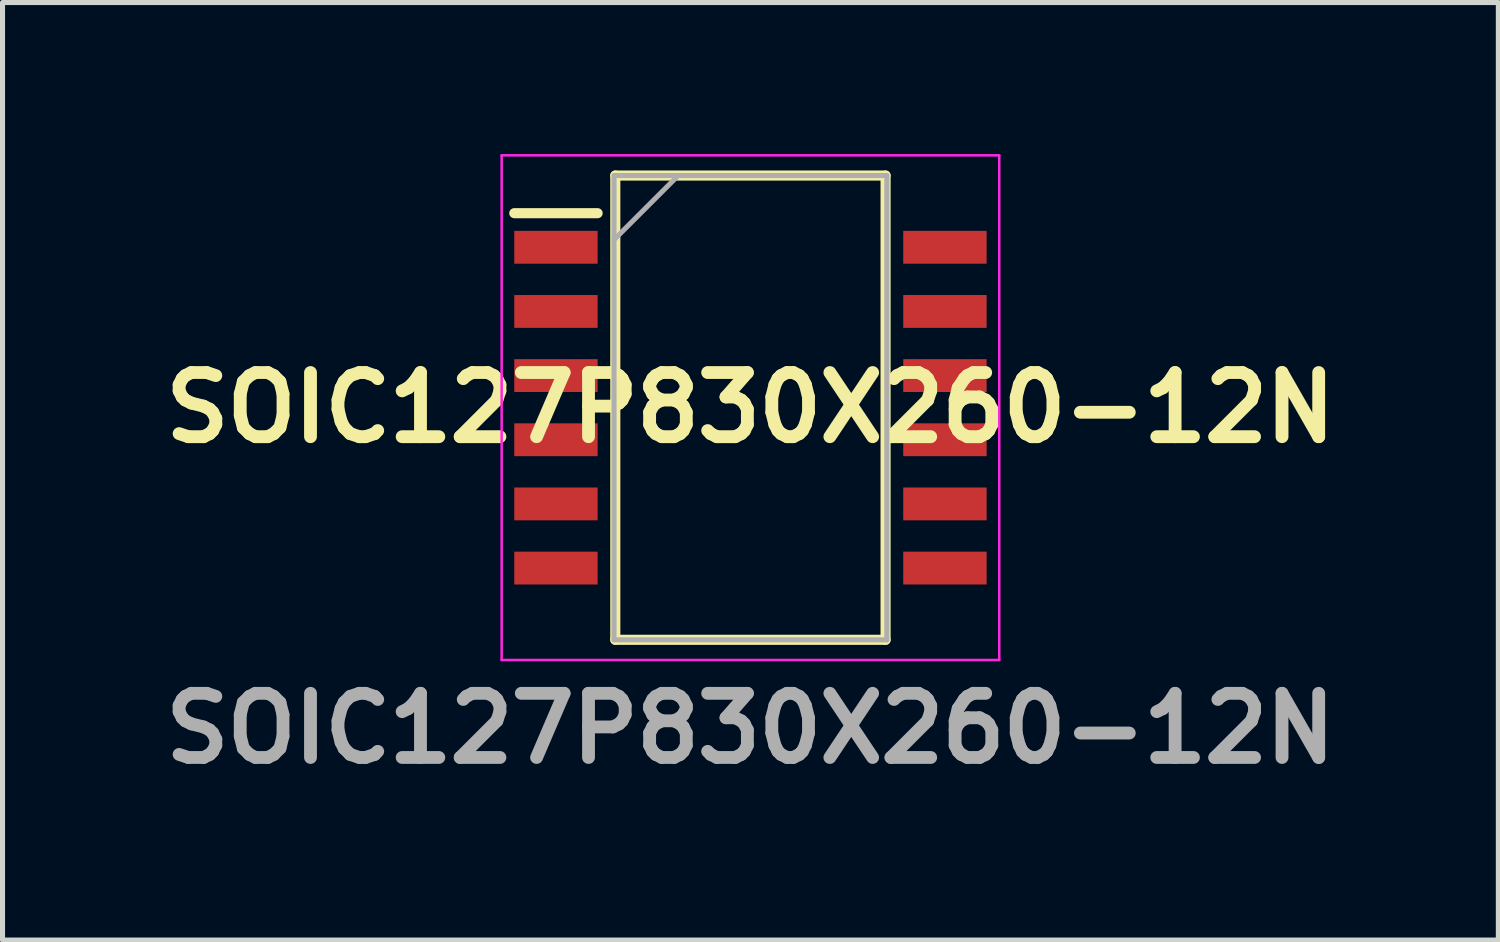
<source format=kicad_pcb>
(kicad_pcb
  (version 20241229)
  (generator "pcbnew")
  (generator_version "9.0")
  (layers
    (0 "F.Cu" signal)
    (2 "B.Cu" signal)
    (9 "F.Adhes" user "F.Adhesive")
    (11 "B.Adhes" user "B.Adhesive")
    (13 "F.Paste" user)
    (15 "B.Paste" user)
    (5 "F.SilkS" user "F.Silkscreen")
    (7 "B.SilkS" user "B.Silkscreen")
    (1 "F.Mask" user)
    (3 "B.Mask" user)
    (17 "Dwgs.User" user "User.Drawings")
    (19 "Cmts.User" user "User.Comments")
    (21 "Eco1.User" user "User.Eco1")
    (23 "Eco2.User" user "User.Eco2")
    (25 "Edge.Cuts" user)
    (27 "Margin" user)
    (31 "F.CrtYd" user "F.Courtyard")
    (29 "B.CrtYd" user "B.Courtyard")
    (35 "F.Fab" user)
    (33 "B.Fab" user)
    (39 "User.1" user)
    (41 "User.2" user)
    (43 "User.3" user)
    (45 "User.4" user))
  (footprint "SOIC127P830X260-12N"
    (layer "F.Cu")
    (at 11.805 5.02)
    (property "Reference" "SOIC127P830X260-12N" (at 0 0 0) (layer "F.SilkS") (effects (font (size 1.27 1.27) (thickness 0.254))))
    (attr smd)
    (fp_line (start -4.675 -3.85) (end -3.025 -3.85) (stroke (width 0.2) (type solid)) (layer "F.SilkS"))
    (fp_line (start -2.675 -4.595) (end 2.675 -4.595) (stroke (width 0.2) (type solid)) (layer "F.SilkS"))
    (fp_line (start -2.675 4.595) (end -2.675 -4.595) (stroke (width 0.2) (type solid)) (layer "F.SilkS"))
    (fp_line (start 2.675 -4.595) (end 2.675 4.595) (stroke (width 0.2) (type solid)) (layer "F.SilkS"))
    (fp_line (start 2.675 4.595) (end -2.675 4.595) (stroke (width 0.2) (type solid)) (layer "F.SilkS"))
    (fp_line (start -4.925 -4.995) (end 4.925 -4.995) (stroke (width 0.05) (type solid)) (layer "F.CrtYd"))
    (fp_line (start -4.925 4.995) (end -4.925 -4.995) (stroke (width 0.05) (type solid)) (layer "F.CrtYd"))
    (fp_line (start 4.925 -4.995) (end 4.925 4.995) (stroke (width 0.05) (type solid)) (layer "F.CrtYd"))
    (fp_line (start 4.925 4.995) (end -4.925 4.995) (stroke (width 0.05) (type solid)) (layer "F.CrtYd"))
    (fp_line (start -2.7 -4.595) (end 2.7 -4.595) (stroke (width 0.1) (type solid)) (layer "F.Fab"))
    (fp_line (start -2.7 -3.325) (end -1.43 -4.595) (stroke (width 0.1) (type solid)) (layer "F.Fab"))
    (fp_line (start -2.7 4.595) (end -2.7 -4.595) (stroke (width 0.1) (type solid)) (layer "F.Fab"))
    (fp_line (start 2.7 -4.595) (end 2.7 4.595) (stroke (width 0.1) (type solid)) (layer "F.Fab"))
    (fp_line (start 2.7 4.595) (end -2.7 4.595) (stroke (width 0.1) (type solid)) (layer "F.Fab"))
    (fp_text user "${REFERENCE}" (at 0 6.35 0) (layer "F.Fab") (effects (font (size 1.27 1.27) (thickness 0.254))))
    (pad "1" smd rect (at -3.85 -3.175 90) (size 0.65 1.65) (layers "F.Cu" "F.Mask" "F.Paste"))
    (pad "2" smd rect (at -3.85 -1.905 90) (size 0.65 1.65) (layers "F.Cu" "F.Mask" "F.Paste"))
    (pad "3" smd rect (at -3.85 -0.635 90) (size 0.65 1.65) (layers "F.Cu" "F.Mask" "F.Paste"))
    (pad "4" smd rect (at -3.85 0.635 90) (size 0.65 1.65) (layers "F.Cu" "F.Mask" "F.Paste"))
    (pad "5" smd rect (at -3.85 1.905 90) (size 0.65 1.65) (layers "F.Cu" "F.Mask" "F.Paste"))
    (pad "6" smd rect (at -3.85 3.175 90) (size 0.65 1.65) (layers "F.Cu" "F.Mask" "F.Paste"))
    (pad "7" smd rect (at 3.85 3.175 90) (size 0.65 1.65) (layers "F.Cu" "F.Mask" "F.Paste"))
    (pad "8" smd rect (at 3.85 1.905 90) (size 0.65 1.65) (layers "F.Cu" "F.Mask" "F.Paste"))
    (pad "9" smd rect (at 3.85 0.635 90) (size 0.65 1.65) (layers "F.Cu" "F.Mask" "F.Paste"))
    (pad "10" smd rect (at 3.85 -0.635 90) (size 0.65 1.65) (layers "F.Cu" "F.Mask" "F.Paste"))
    (pad "11" smd rect (at 3.85 -1.905 90) (size 0.65 1.65) (layers "F.Cu" "F.Mask" "F.Paste"))
    (pad "12" smd rect (at 3.85 -3.175 90) (size 0.65 1.65) (layers "F.Cu" "F.Mask" "F.Paste")))
  (gr_rect
    (start -3 -3)
    (end 26.61 15.559)
    (stroke (width 0.1) (type default))
    (fill no)
    (layer "Edge.Cuts")))
</source>
